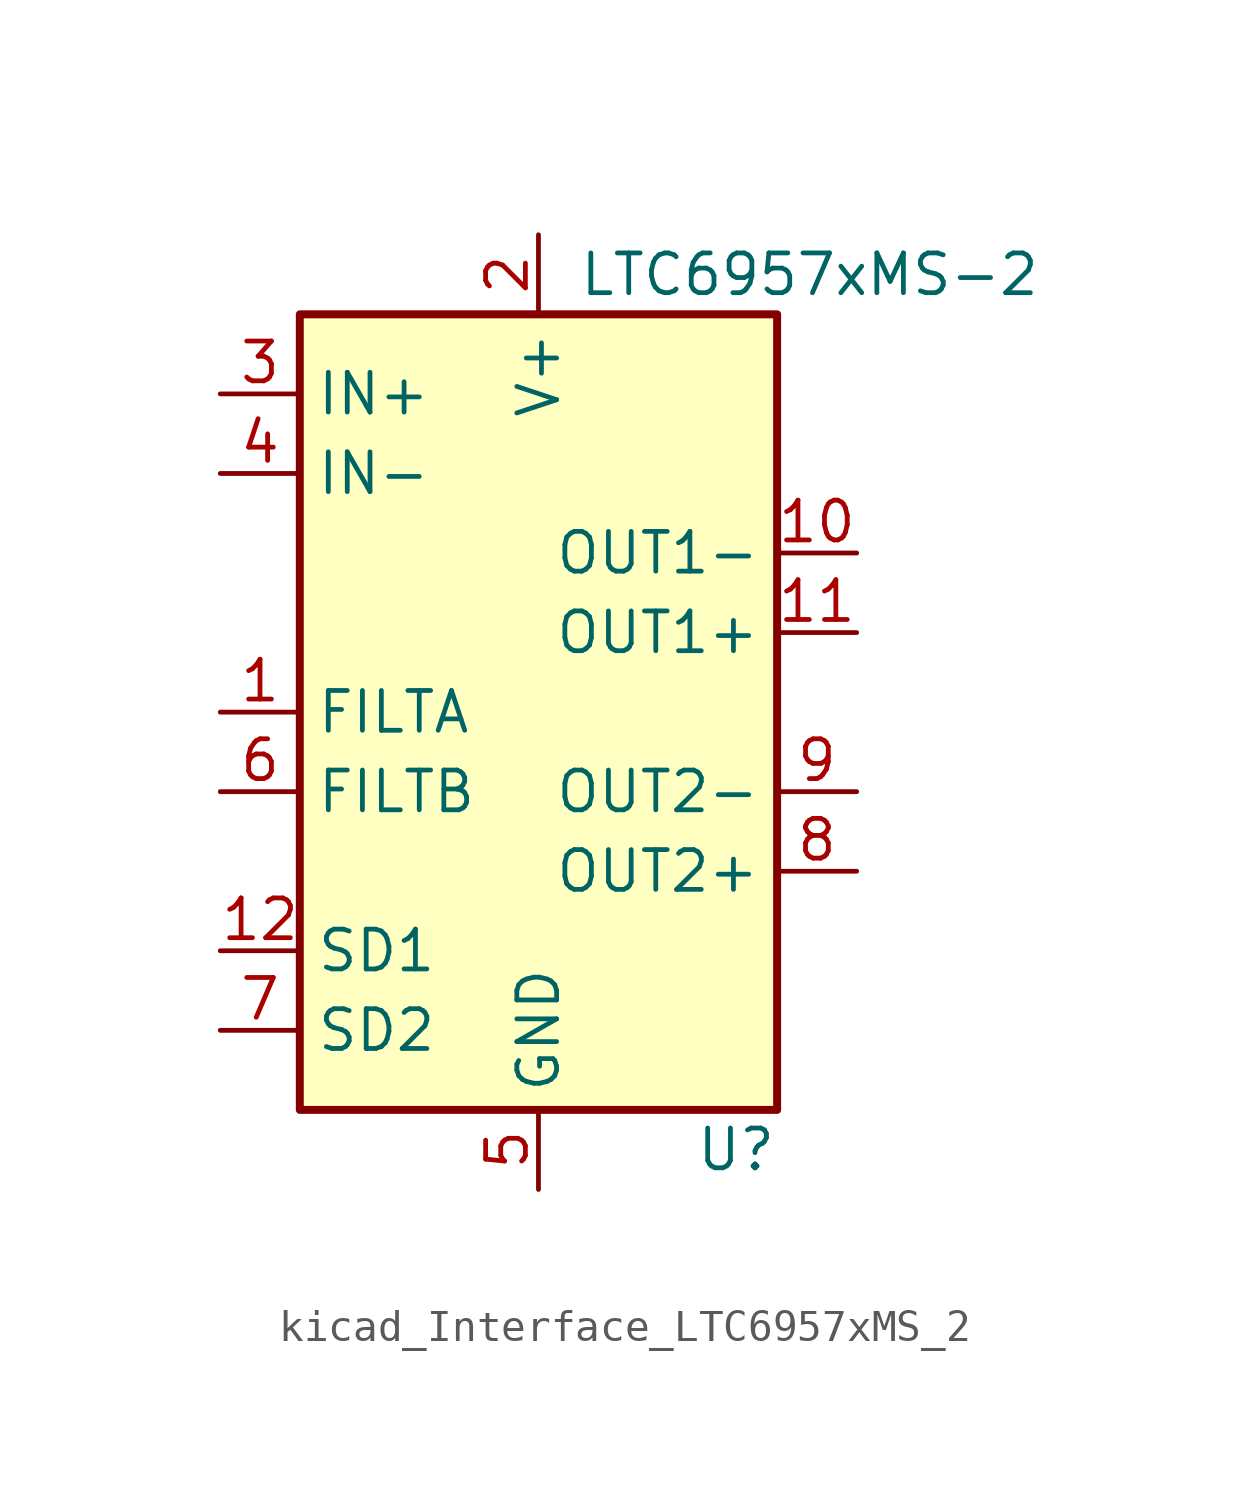
<source format=kicad_sym>
(kicad_symbol_lib
  (version 20220914)
  (generator kicad_symbol_editor)
  (symbol "kicad_Interface_LTC6957xMS_2"
    (property "Reference" "U"
      (at 7.62 -13.97 0)
      (effects (font (size 1.27 1.27)) (justify right)))
    (property "Value" "LTC6957xMS-2"
      (at 1.27 13.97 0)
      (effects (font (size 1.27 1.27)) (justify left)))
    (symbol "kicad_Interface_LTC6957xMS_2_0_1"
      (rectangle (start -7.62 12.7) (end 7.62 -12.7) (stroke (width 0.254) (type default)) (fill (type background))))
    (symbol "kicad_Interface_LTC6957xMS_2_1_1"
      (pin input line (at -10.16 0 0) (length 2.54) (name "FILTA" (effects (font (size 1.27 1.27)))) (number "1" (effects (font (size 1.27 1.27)))))
      (pin output line (at 10.16 5.08 180) (length 2.54) (name "OUT1-" (effects (font (size 1.27 1.27)))) (number "10" (effects (font (size 1.27 1.27)))))
      (pin output line (at 10.16 2.54 180) (length 2.54) (name "OUT1+" (effects (font (size 1.27 1.27)))) (number "11" (effects (font (size 1.27 1.27)))))
      (pin input line (at -10.16 -7.62 0) (length 2.54) (name "SD1" (effects (font (size 1.27 1.27)))) (number "12" (effects (font (size 1.27 1.27)))))
      (pin power_in line (at 0 15.24 270) (length 2.54) (name "V+" (effects (font (size 1.27 1.27)))) (number "2" (effects (font (size 1.27 1.27)))))
      (pin input line (at -10.16 10.16 0) (length 2.54) (name "IN+" (effects (font (size 1.27 1.27)))) (number "3" (effects (font (size 1.27 1.27)))))
      (pin input line (at -10.16 7.62 0) (length 2.54) (name "IN-" (effects (font (size 1.27 1.27)))) (number "4" (effects (font (size 1.27 1.27)))))
      (pin power_in line (at 0 -15.24 90) (length 2.54) (name "GND" (effects (font (size 1.27 1.27)))) (number "5" (effects (font (size 1.27 1.27)))))
      (pin input line (at -10.16 -2.54 0) (length 2.54) (name "FILTB" (effects (font (size 1.27 1.27)))) (number "6" (effects (font (size 1.27 1.27)))))
      (pin input line (at -10.16 -10.16 0) (length 2.54) (name "SD2" (effects (font (size 1.27 1.27)))) (number "7" (effects (font (size 1.27 1.27)))))
      (pin output line (at 10.16 -5.08 180) (length 2.54) (name "OUT2+" (effects (font (size 1.27 1.27)))) (number "8" (effects (font (size 1.27 1.27)))))
      (pin output line (at 10.16 -2.54 180) (length 2.54) (name "OUT2-" (effects (font (size 1.27 1.27)))) (number "9" (effects (font (size 1.27 1.27))))))))
</source>
